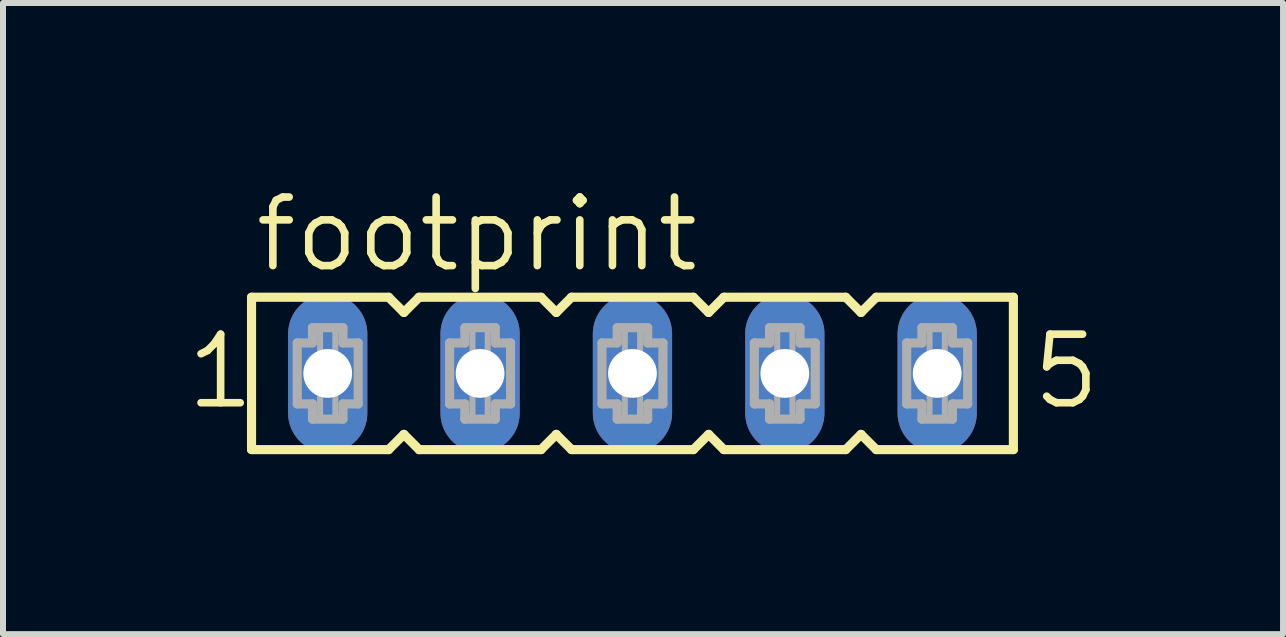
<source format=kicad_pcb>
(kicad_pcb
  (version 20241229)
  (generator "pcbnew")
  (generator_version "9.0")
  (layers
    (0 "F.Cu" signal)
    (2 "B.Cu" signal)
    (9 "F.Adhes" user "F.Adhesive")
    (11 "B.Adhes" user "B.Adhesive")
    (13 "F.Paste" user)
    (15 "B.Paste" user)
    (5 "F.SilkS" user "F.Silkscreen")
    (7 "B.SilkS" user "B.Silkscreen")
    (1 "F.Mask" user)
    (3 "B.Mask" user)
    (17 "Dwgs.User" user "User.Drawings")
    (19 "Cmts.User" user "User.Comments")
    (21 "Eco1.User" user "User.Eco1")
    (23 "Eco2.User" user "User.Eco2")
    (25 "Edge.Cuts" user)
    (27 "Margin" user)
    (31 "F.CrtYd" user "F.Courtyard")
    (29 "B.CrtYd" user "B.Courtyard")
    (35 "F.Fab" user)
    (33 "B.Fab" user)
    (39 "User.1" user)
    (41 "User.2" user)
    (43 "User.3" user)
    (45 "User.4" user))
  (footprint "footprint"
    (layer "F.Cu")
    (at 7.493 3.175)
    (property "Reference" "footprint" (at -6.35 -1.651 0) (layer "F.SilkS") (effects (font (size 1.143 1.143) (thickness 0.127)) (justify left bottom)))
    (fp_line (start -6.35 -1.27) (end -6.35 1.27) (stroke (width 0.152) (type solid)) (layer "F.SilkS"))
    (fp_line (start -6.35 1.27) (end -4.064 1.27) (stroke (width 0.152) (type solid)) (layer "F.SilkS"))
    (fp_line (start -4.064 -1.27) (end -6.35 -1.27) (stroke (width 0.152) (type solid)) (layer "F.SilkS"))
    (fp_line (start -4.064 1.27) (end -3.81 1.016) (stroke (width 0.152) (type solid)) (layer "F.SilkS"))
    (fp_line (start -3.81 -1.016) (end -4.064 -1.27) (stroke (width 0.152) (type solid)) (layer "F.SilkS"))
    (fp_line (start -3.81 1.016) (end -3.556 1.27) (stroke (width 0.152) (type solid)) (layer "F.SilkS"))
    (fp_line (start -3.556 -1.27) (end -3.81 -1.016) (stroke (width 0.152) (type solid)) (layer "F.SilkS"))
    (fp_line (start -3.556 1.27) (end -1.524 1.27) (stroke (width 0.152) (type solid)) (layer "F.SilkS"))
    (fp_line (start -1.524 -1.27) (end -3.556 -1.27) (stroke (width 0.152) (type solid)) (layer "F.SilkS"))
    (fp_line (start -1.524 1.27) (end -1.27 1.016) (stroke (width 0.152) (type solid)) (layer "F.SilkS"))
    (fp_line (start -1.27 -1.016) (end -1.524 -1.27) (stroke (width 0.152) (type solid)) (layer "F.SilkS"))
    (fp_line (start -1.27 1.016) (end -1.016 1.27) (stroke (width 0.152) (type solid)) (layer "F.SilkS"))
    (fp_line (start -1.016 -1.27) (end -1.27 -1.016) (stroke (width 0.152) (type solid)) (layer "F.SilkS"))
    (fp_line (start -1.016 1.27) (end 1.016 1.27) (stroke (width 0.152) (type solid)) (layer "F.SilkS"))
    (fp_line (start 1.016 -1.27) (end -1.016 -1.27) (stroke (width 0.152) (type solid)) (layer "F.SilkS"))
    (fp_line (start 1.016 1.27) (end 1.27 1.016) (stroke (width 0.152) (type solid)) (layer "F.SilkS"))
    (fp_line (start 1.27 -1.016) (end 1.016 -1.27) (stroke (width 0.152) (type solid)) (layer "F.SilkS"))
    (fp_line (start 1.27 1.016) (end 1.524 1.27) (stroke (width 0.152) (type solid)) (layer "F.SilkS"))
    (fp_line (start 1.524 -1.27) (end 1.27 -1.016) (stroke (width 0.152) (type solid)) (layer "F.SilkS"))
    (fp_line (start 1.524 1.27) (end 3.556 1.27) (stroke (width 0.152) (type solid)) (layer "F.SilkS"))
    (fp_line (start 3.556 -1.27) (end 1.524 -1.27) (stroke (width 0.152) (type solid)) (layer "F.SilkS"))
    (fp_line (start 3.556 1.27) (end 3.81 1.016) (stroke (width 0.152) (type solid)) (layer "F.SilkS"))
    (fp_line (start 3.81 -1.016) (end 3.556 -1.27) (stroke (width 0.152) (type solid)) (layer "F.SilkS"))
    (fp_line (start 3.81 1.016) (end 4.064 1.27) (stroke (width 0.152) (type solid)) (layer "F.SilkS"))
    (fp_line (start 4.064 -1.27) (end 3.81 -1.016) (stroke (width 0.152) (type solid)) (layer "F.SilkS"))
    (fp_line (start 4.064 1.27) (end 6.35 1.27) (stroke (width 0.152) (type solid)) (layer "F.SilkS"))
    (fp_line (start 6.35 -1.27) (end 4.064 -1.27) (stroke (width 0.152) (type solid)) (layer "F.SilkS"))
    (fp_line (start 6.35 1.27) (end 6.35 -1.27) (stroke (width 0.152) (type solid)) (layer "F.SilkS"))
    (fp_line (start -5.588 -0.508) (end -5.588 0.508) (stroke (width 0.152) (type solid)) (layer "F.Fab"))
    (fp_line (start -5.588 0.508) (end -5.334 0.508) (stroke (width 0.152) (type solid)) (layer "F.Fab"))
    (fp_line (start -5.334 -0.762) (end -5.334 -0.508) (stroke (width 0.152) (type solid)) (layer "F.Fab"))
    (fp_line (start -5.334 -0.508) (end -5.588 -0.508) (stroke (width 0.152) (type solid)) (layer "F.Fab"))
    (fp_line (start -5.334 0.508) (end -5.334 0.762) (stroke (width 0.152) (type solid)) (layer "F.Fab"))
    (fp_line (start -5.334 0.762) (end -4.826 0.762) (stroke (width 0.152) (type solid)) (layer "F.Fab"))
    (fp_line (start -4.826 -0.762) (end -5.334 -0.762) (stroke (width 0.152) (type solid)) (layer "F.Fab"))
    (fp_line (start -4.826 -0.508) (end -4.826 -0.762) (stroke (width 0.152) (type solid)) (layer "F.Fab"))
    (fp_line (start -4.826 0.508) (end -4.572 0.508) (stroke (width 0.152) (type solid)) (layer "F.Fab"))
    (fp_line (start -4.826 0.762) (end -4.826 0.508) (stroke (width 0.152) (type solid)) (layer "F.Fab"))
    (fp_line (start -4.572 -0.508) (end -4.826 -0.508) (stroke (width 0.152) (type solid)) (layer "F.Fab"))
    (fp_line (start -4.572 0.508) (end -4.572 -0.508) (stroke (width 0.152) (type solid)) (layer "F.Fab"))
    (fp_line (start -3.048 -0.508) (end -3.048 0.508) (stroke (width 0.152) (type solid)) (layer "F.Fab"))
    (fp_line (start -3.048 0.508) (end -2.794 0.508) (stroke (width 0.152) (type solid)) (layer "F.Fab"))
    (fp_line (start -2.794 -0.762) (end -2.794 -0.508) (stroke (width 0.152) (type solid)) (layer "F.Fab"))
    (fp_line (start -2.794 -0.508) (end -3.048 -0.508) (stroke (width 0.152) (type solid)) (layer "F.Fab"))
    (fp_line (start -2.794 0.508) (end -2.794 0.762) (stroke (width 0.152) (type solid)) (layer "F.Fab"))
    (fp_line (start -2.794 0.762) (end -2.286 0.762) (stroke (width 0.152) (type solid)) (layer "F.Fab"))
    (fp_line (start -2.286 -0.762) (end -2.794 -0.762) (stroke (width 0.152) (type solid)) (layer "F.Fab"))
    (fp_line (start -2.286 -0.508) (end -2.286 -0.762) (stroke (width 0.152) (type solid)) (layer "F.Fab"))
    (fp_line (start -2.286 0.508) (end -2.032 0.508) (stroke (width 0.152) (type solid)) (layer "F.Fab"))
    (fp_line (start -2.286 0.762) (end -2.286 0.508) (stroke (width 0.152) (type solid)) (layer "F.Fab"))
    (fp_line (start -2.032 -0.508) (end -2.286 -0.508) (stroke (width 0.152) (type solid)) (layer "F.Fab"))
    (fp_line (start -2.032 0.508) (end -2.032 -0.508) (stroke (width 0.152) (type solid)) (layer "F.Fab"))
    (fp_line (start -0.508 -0.508) (end -0.508 0.508) (stroke (width 0.152) (type solid)) (layer "F.Fab"))
    (fp_line (start -0.508 0.508) (end -0.254 0.508) (stroke (width 0.152) (type solid)) (layer "F.Fab"))
    (fp_line (start -0.254 -0.762) (end -0.254 -0.508) (stroke (width 0.152) (type solid)) (layer "F.Fab"))
    (fp_line (start -0.254 -0.508) (end -0.508 -0.508) (stroke (width 0.152) (type solid)) (layer "F.Fab"))
    (fp_line (start -0.254 0.508) (end -0.254 0.762) (stroke (width 0.152) (type solid)) (layer "F.Fab"))
    (fp_line (start -0.254 0.762) (end 0.254 0.762) (stroke (width 0.152) (type solid)) (layer "F.Fab"))
    (fp_line (start 0.254 -0.762) (end -0.254 -0.762) (stroke (width 0.152) (type solid)) (layer "F.Fab"))
    (fp_line (start 0.254 -0.508) (end 0.254 -0.762) (stroke (width 0.152) (type solid)) (layer "F.Fab"))
    (fp_line (start 0.254 0.508) (end 0.508 0.508) (stroke (width 0.152) (type solid)) (layer "F.Fab"))
    (fp_line (start 0.254 0.762) (end 0.254 0.508) (stroke (width 0.152) (type solid)) (layer "F.Fab"))
    (fp_line (start 0.508 -0.508) (end 0.254 -0.508) (stroke (width 0.152) (type solid)) (layer "F.Fab"))
    (fp_line (start 0.508 0.508) (end 0.508 -0.508) (stroke (width 0.152) (type solid)) (layer "F.Fab"))
    (fp_line (start 2.032 -0.508) (end 2.032 0.508) (stroke (width 0.152) (type solid)) (layer "F.Fab"))
    (fp_line (start 2.032 0.508) (end 2.286 0.508) (stroke (width 0.152) (type solid)) (layer "F.Fab"))
    (fp_line (start 2.286 -0.762) (end 2.286 -0.508) (stroke (width 0.152) (type solid)) (layer "F.Fab"))
    (fp_line (start 2.286 -0.508) (end 2.032 -0.508) (stroke (width 0.152) (type solid)) (layer "F.Fab"))
    (fp_line (start 2.286 0.508) (end 2.286 0.762) (stroke (width 0.152) (type solid)) (layer "F.Fab"))
    (fp_line (start 2.286 0.762) (end 2.794 0.762) (stroke (width 0.152) (type solid)) (layer "F.Fab"))
    (fp_line (start 2.794 -0.762) (end 2.286 -0.762) (stroke (width 0.152) (type solid)) (layer "F.Fab"))
    (fp_line (start 2.794 -0.508) (end 2.794 -0.762) (stroke (width 0.152) (type solid)) (layer "F.Fab"))
    (fp_line (start 2.794 0.508) (end 3.048 0.508) (stroke (width 0.152) (type solid)) (layer "F.Fab"))
    (fp_line (start 2.794 0.762) (end 2.794 0.508) (stroke (width 0.152) (type solid)) (layer "F.Fab"))
    (fp_line (start 3.048 -0.508) (end 2.794 -0.508) (stroke (width 0.152) (type solid)) (layer "F.Fab"))
    (fp_line (start 3.048 0.508) (end 3.048 -0.508) (stroke (width 0.152) (type solid)) (layer "F.Fab"))
    (fp_line (start 4.572 -0.508) (end 4.572 0.508) (stroke (width 0.152) (type solid)) (layer "F.Fab"))
    (fp_line (start 4.572 0.508) (end 4.826 0.508) (stroke (width 0.152) (type solid)) (layer "F.Fab"))
    (fp_line (start 4.826 -0.762) (end 4.826 -0.508) (stroke (width 0.152) (type solid)) (layer "F.Fab"))
    (fp_line (start 4.826 -0.508) (end 4.572 -0.508) (stroke (width 0.152) (type solid)) (layer "F.Fab"))
    (fp_line (start 4.826 0.508) (end 4.826 0.762) (stroke (width 0.152) (type solid)) (layer "F.Fab"))
    (fp_line (start 4.826 0.762) (end 5.334 0.762) (stroke (width 0.152) (type solid)) (layer "F.Fab"))
    (fp_line (start 5.334 -0.762) (end 4.826 -0.762) (stroke (width 0.152) (type solid)) (layer "F.Fab"))
    (fp_line (start 5.334 -0.508) (end 5.334 -0.762) (stroke (width 0.152) (type solid)) (layer "F.Fab"))
    (fp_line (start 5.334 0.508) (end 5.588 0.508) (stroke (width 0.152) (type solid)) (layer "F.Fab"))
    (fp_line (start 5.334 0.762) (end 5.334 0.508) (stroke (width 0.152) (type solid)) (layer "F.Fab"))
    (fp_line (start 5.588 -0.508) (end 5.334 -0.508) (stroke (width 0.152) (type solid)) (layer "F.Fab"))
    (fp_line (start 5.588 0.508) (end 5.588 -0.508) (stroke (width 0.152) (type solid)) (layer "F.Fab"))
    (fp_poly (pts (xy -5.207 -0.254) (xy -4.953 -0.254) (xy -4.953 -0.762) (xy -5.207 -0.762)) (stroke (width 0.1) (type solid)) (fill no) (layer "F.Fab"))
    (fp_poly (pts (xy -5.207 0.762) (xy -4.953 0.762) (xy -4.953 0.254) (xy -5.207 0.254)) (stroke (width 0.1) (type solid)) (fill no) (layer "F.Fab"))
    (fp_poly (pts (xy -2.667 -0.254) (xy -2.413 -0.254) (xy -2.413 -0.762) (xy -2.667 -0.762)) (stroke (width 0.1) (type solid)) (fill no) (layer "F.Fab"))
    (fp_poly (pts (xy -2.667 0.762) (xy -2.413 0.762) (xy -2.413 0.254) (xy -2.667 0.254)) (stroke (width 0.1) (type solid)) (fill no) (layer "F.Fab"))
    (fp_poly (pts (xy -0.127 -0.254) (xy 0.127 -0.254) (xy 0.127 -0.762) (xy -0.127 -0.762)) (stroke (width 0.1) (type solid)) (fill no) (layer "F.Fab"))
    (fp_poly (pts (xy -0.127 0.762) (xy 0.127 0.762) (xy 0.127 0.254) (xy -0.127 0.254)) (stroke (width 0.1) (type solid)) (fill no) (layer "F.Fab"))
    (fp_poly (pts (xy 2.413 -0.254) (xy 2.667 -0.254) (xy 2.667 -0.762) (xy 2.413 -0.762)) (stroke (width 0.1) (type solid)) (fill no) (layer "F.Fab"))
    (fp_poly (pts (xy 2.413 0.762) (xy 2.667 0.762) (xy 2.667 0.254) (xy 2.413 0.254)) (stroke (width 0.1) (type solid)) (fill no) (layer "F.Fab"))
    (fp_poly (pts (xy 4.953 -0.254) (xy 5.207 -0.254) (xy 5.207 -0.762) (xy 4.953 -0.762)) (stroke (width 0.1) (type solid)) (fill no) (layer "F.Fab"))
    (fp_poly (pts (xy 4.953 0.762) (xy 5.207 0.762) (xy 5.207 0.254) (xy 4.953 0.254)) (stroke (width 0.1) (type solid)) (fill no) (layer "F.Fab"))
    (fp_text user "1" (at -7.493 0.635 0) (layer "F.SilkS") (effects (font (size 1.143 1.143) (thickness 0.127)) (justify left bottom)))
    (fp_text user "5" (at 6.604 0.635 0) (layer "F.SilkS") (effects (font (size 1.143 1.143) (thickness 0.127)) (justify left bottom)))
    (pad "1" thru_hole oval (at -5.08 0 90) (size 2.642 1.321) (drill 0.813) (layers "*.Cu" "*.Mask"))
    (pad "2" thru_hole oval (at -2.54 0 90) (size 2.642 1.321) (drill 0.813) (layers "*.Cu" "*.Mask"))
    (pad "3" thru_hole oval (at 0 0 90) (size 2.642 1.321) (drill 0.813) (layers "*.Cu" "*.Mask"))
    (pad "4" thru_hole oval (at 2.54 0 90) (size 2.642 1.321) (drill 0.813) (layers "*.Cu" "*.Mask"))
    (pad "5" thru_hole oval (at 5.08 0 90) (size 2.642 1.321) (drill 0.813) (layers "*.Cu" "*.Mask")))
  (gr_rect
    (start -3 -3)
    (end 18.338 7.521)
    (stroke (width 0.1) (type default))
    (fill no)
    (layer "Edge.Cuts")))
</source>
